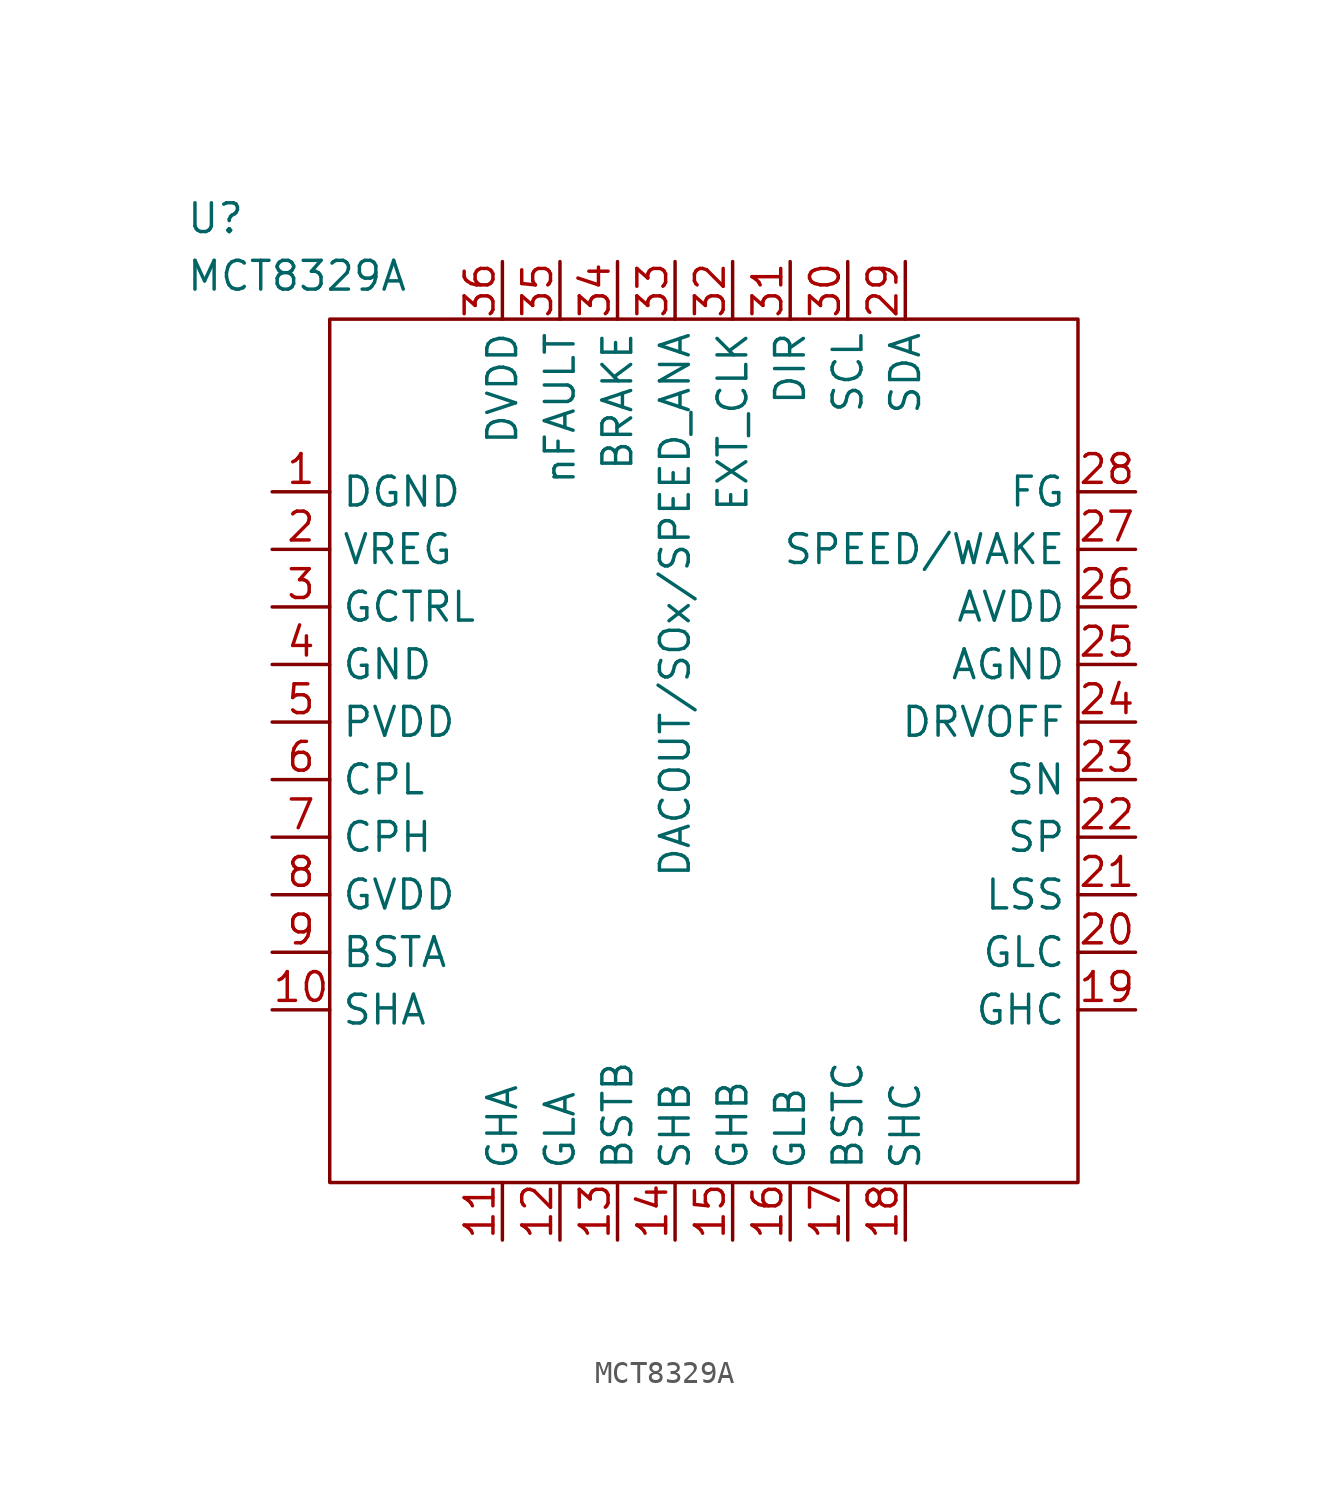
<source format=kicad_sym>
(kicad_symbol_lib
  (version 20211014)
  (generator kicad_symbol_editor)
  (symbol "MCT8329A"
    (property "Reference" "U"
      (at -22.86 23.495 0)
      (effects (font (size 1.27 1.27)) (justify left)))
    (property "Value" "MCT8329A"
      (at -22.86 20.955 0)
      (effects (font (size 1.27 1.27)) (justify left)))
    (symbol "MCT8329A_0_0"
      (pin power_out line (at -19.05 11.43 0) (length 2.54) (name "DGND" (effects (font (size 1.27 1.27)))) (number "1" (effects (font (size 1.27 1.27)))))
      (pin bidirectional line (at -19.05 -11.43 0) (length 2.54) (name "SHA" (effects (font (size 1.27 1.27)))) (number "10" (effects (font (size 1.27 1.27)))))
      (pin output line (at -8.89 -21.59 90) (length 2.54) (name "GHA" (effects (font (size 1.27 1.27)))) (number "11" (effects (font (size 1.27 1.27)))))
      (pin output line (at -6.35 -21.59 90) (length 2.54) (name "GLA" (effects (font (size 1.27 1.27)))) (number "12" (effects (font (size 1.27 1.27)))))
      (pin output line (at -3.81 -21.59 90) (length 2.54) (name "BSTB" (effects (font (size 1.27 1.27)))) (number "13" (effects (font (size 1.27 1.27)))))
      (pin bidirectional line (at -1.27 -21.59 90) (length 2.54) (name "SHB" (effects (font (size 1.27 1.27)))) (number "14" (effects (font (size 1.27 1.27)))))
      (pin output line (at 1.27 -21.59 90) (length 2.54) (name "GHB" (effects (font (size 1.27 1.27)))) (number "15" (effects (font (size 1.27 1.27)))))
      (pin output line (at 3.81 -21.59 90) (length 2.54) (name "GLB" (effects (font (size 1.27 1.27)))) (number "16" (effects (font (size 1.27 1.27)))))
      (pin output line (at 6.35 -21.59 90) (length 2.54) (name "BSTC" (effects (font (size 1.27 1.27)))) (number "17" (effects (font (size 1.27 1.27)))))
      (pin bidirectional line (at 8.89 -21.59 90) (length 2.54) (name "SHC" (effects (font (size 1.27 1.27)))) (number "18" (effects (font (size 1.27 1.27)))))
      (pin output line (at 19.05 -11.43 180) (length 2.54) (name "GHC" (effects (font (size 1.27 1.27)))) (number "19" (effects (font (size 1.27 1.27)))))
      (pin power_in line (at -19.05 8.89 0) (length 2.54) (name "VREG" (effects (font (size 1.27 1.27)))) (number "2" (effects (font (size 1.27 1.27)))))
      (pin output line (at 19.05 -8.89 180) (length 2.54) (name "GLC" (effects (font (size 1.27 1.27)))) (number "20" (effects (font (size 1.27 1.27)))))
      (pin power_out line (at 19.05 -6.35 180) (length 2.54) (name "LSS" (effects (font (size 1.27 1.27)))) (number "21" (effects (font (size 1.27 1.27)))))
      (pin input line (at 19.05 -3.81 180) (length 2.54) (name "SP" (effects (font (size 1.27 1.27)))) (number "22" (effects (font (size 1.27 1.27)))))
      (pin input line (at 19.05 -1.27 180) (length 2.54) (name "SN" (effects (font (size 1.27 1.27)))) (number "23" (effects (font (size 1.27 1.27)))))
      (pin input line (at 19.05 1.27 180) (length 2.54) (name "DRVOFF" (effects (font (size 1.27 1.27)))) (number "24" (effects (font (size 1.27 1.27)))))
      (pin power_out line (at 19.05 3.81 180) (length 2.54) (name "AGND" (effects (font (size 1.27 1.27)))) (number "25" (effects (font (size 1.27 1.27)))))
      (pin power_out line (at 19.05 6.35 180) (length 2.54) (name "AVDD" (effects (font (size 1.27 1.27)))) (number "26" (effects (font (size 1.27 1.27)))))
      (pin input line (at 19.05 8.89 180) (length 2.54) (name "SPEED/WAKE" (effects (font (size 1.27 1.27)))) (number "27" (effects (font (size 1.27 1.27)))))
      (pin output line (at 19.05 11.43 180) (length 2.54) (name "FG" (effects (font (size 1.27 1.27)))) (number "28" (effects (font (size 1.27 1.27)))))
      (pin bidirectional line (at 8.89 21.59 270) (length 2.54) (name "SDA" (effects (font (size 1.27 1.27)))) (number "29" (effects (font (size 1.27 1.27)))))
      (pin output line (at -19.05 6.35 0) (length 2.54) (name "GCTRL" (effects (font (size 1.27 1.27)))) (number "3" (effects (font (size 1.27 1.27)))))
      (pin input line (at 6.35 21.59 270) (length 2.54) (name "SCL" (effects (font (size 1.27 1.27)))) (number "30" (effects (font (size 1.27 1.27)))))
      (pin input line (at 3.81 21.59 270) (length 2.54) (name "DIR" (effects (font (size 1.27 1.27)))) (number "31" (effects (font (size 1.27 1.27)))))
      (pin input line (at 1.27 21.59 270) (length 2.54) (name "EXT_CLK" (effects (font (size 1.27 1.27)))) (number "32" (effects (font (size 1.27 1.27)))))
      (pin bidirectional line (at -1.27 21.59 270) (length 2.54) (name "DACOUT/SOx/SPEED_ANA" (effects (font (size 1.27 1.27)))) (number "33" (effects (font (size 1.27 1.27)))))
      (pin input line (at -3.81 21.59 270) (length 2.54) (name "BRAKE" (effects (font (size 1.27 1.27)))) (number "34" (effects (font (size 1.27 1.27)))))
      (pin output line (at -6.35 21.59 270) (length 2.54) (name "nFAULT" (effects (font (size 1.27 1.27)))) (number "35" (effects (font (size 1.27 1.27)))))
      (pin power_out line (at -8.89 21.59 270) (length 2.54) (name "DVDD" (effects (font (size 1.27 1.27)))) (number "36" (effects (font (size 1.27 1.27)))))
      (pin power_in line (at -19.05 3.81 0) (length 2.54) hide (name "PGND" (effects (font (size 1.27 1.27)))) (number "37" (effects (font (size 1.27 1.27)))))
      (pin power_in line (at -19.05 3.81 0) (length 2.54) (name "GND" (effects (font (size 1.27 1.27)))) (number "4" (effects (font (size 1.27 1.27)))))
      (pin power_in line (at -19.05 1.27 0) (length 2.54) (name "PVDD" (effects (font (size 1.27 1.27)))) (number "5" (effects (font (size 1.27 1.27)))))
      (pin passive line (at -19.05 -1.27 0) (length 2.54) (name "CPL" (effects (font (size 1.27 1.27)))) (number "6" (effects (font (size 1.27 1.27)))))
      (pin passive line (at -19.05 -3.81 0) (length 2.54) (name "CPH" (effects (font (size 1.27 1.27)))) (number "7" (effects (font (size 1.27 1.27)))))
      (pin power_out line (at -19.05 -6.35 0) (length 2.54) (name "GVDD" (effects (font (size 1.27 1.27)))) (number "8" (effects (font (size 1.27 1.27)))))
      (pin output line (at -19.05 -8.89 0) (length 2.54) (name "BSTA" (effects (font (size 1.27 1.27)))) (number "9" (effects (font (size 1.27 1.27))))))
    (symbol "MCT8329A_0_1"
      (rectangle (start -16.51 19.05) (end 16.51 -19.05) (stroke (width 0) (type default) (color 0 0 0 0)) (fill (type none))))))
</source>
